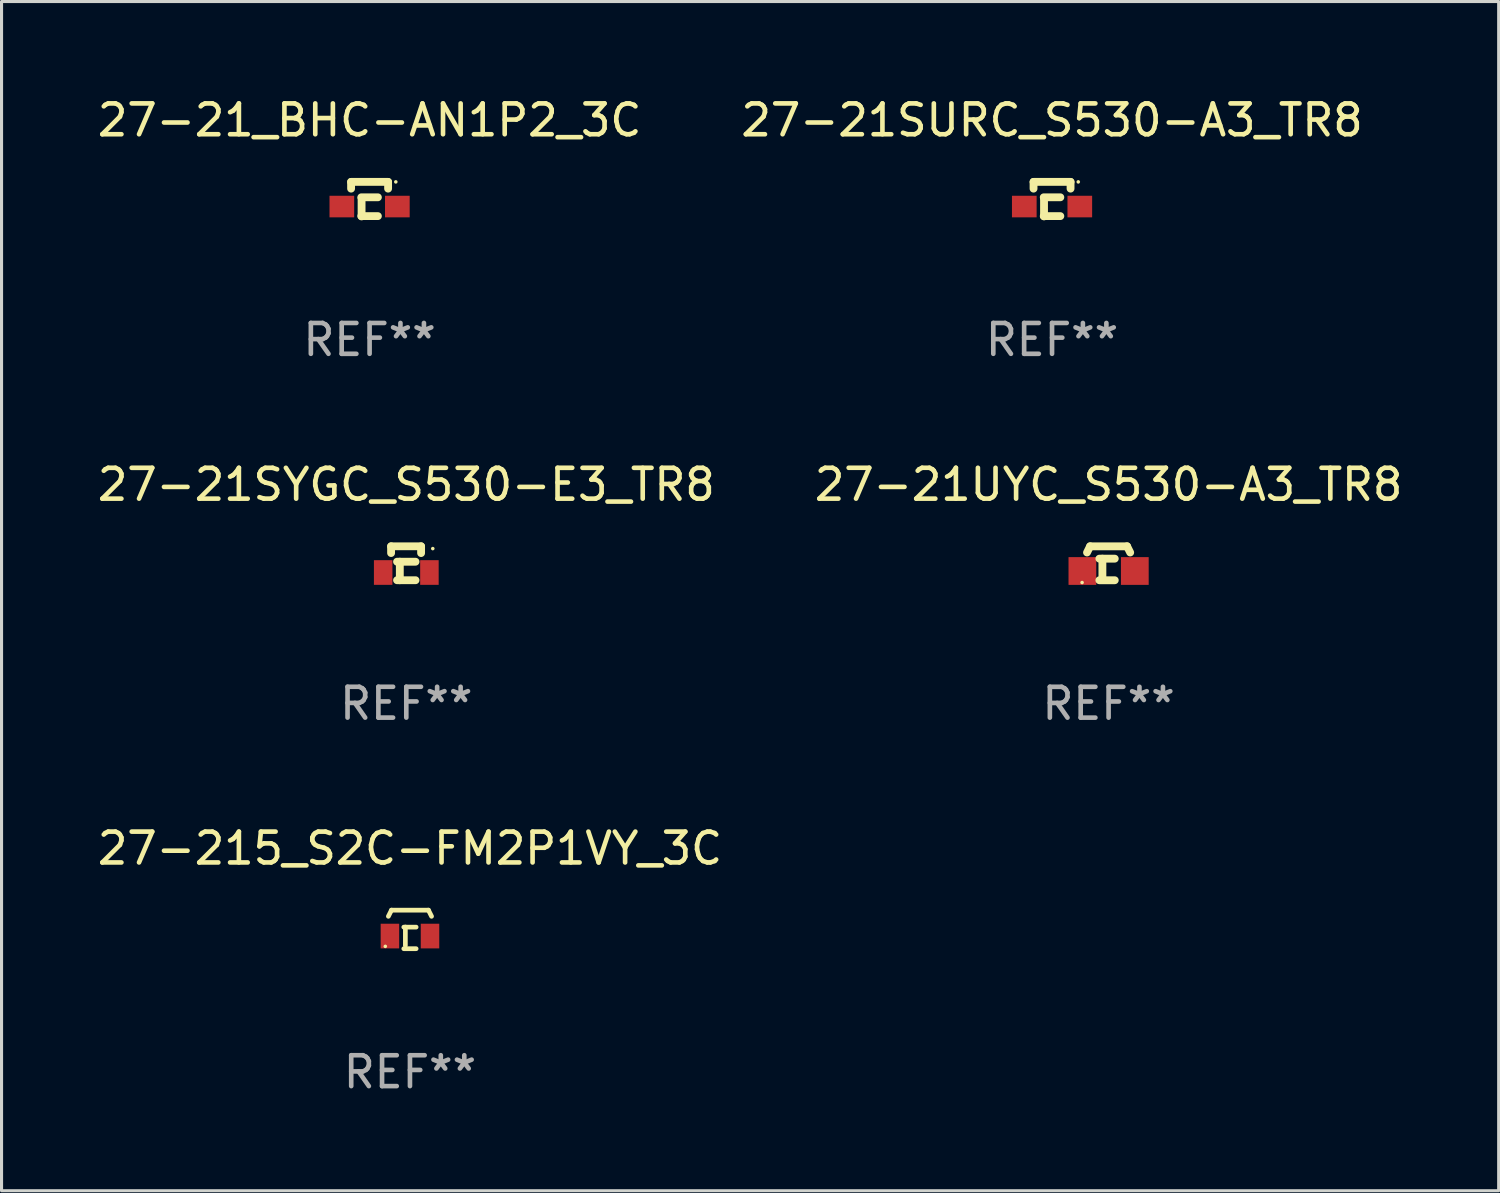
<source format=kicad_pcb>
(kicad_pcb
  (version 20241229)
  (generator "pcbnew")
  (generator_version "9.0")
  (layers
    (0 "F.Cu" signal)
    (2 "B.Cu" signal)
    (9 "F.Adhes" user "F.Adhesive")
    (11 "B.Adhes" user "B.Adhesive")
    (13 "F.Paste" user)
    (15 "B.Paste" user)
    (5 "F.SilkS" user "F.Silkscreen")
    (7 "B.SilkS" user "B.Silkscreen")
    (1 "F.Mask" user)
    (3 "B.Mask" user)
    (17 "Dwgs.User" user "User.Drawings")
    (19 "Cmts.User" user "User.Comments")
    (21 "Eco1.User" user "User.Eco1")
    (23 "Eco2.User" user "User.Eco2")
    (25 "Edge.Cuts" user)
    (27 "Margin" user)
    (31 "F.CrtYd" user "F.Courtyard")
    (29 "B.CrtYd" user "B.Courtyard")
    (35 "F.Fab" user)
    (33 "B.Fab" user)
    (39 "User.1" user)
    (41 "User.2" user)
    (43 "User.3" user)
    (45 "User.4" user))
  (footprint "27-215_S2C-FM2P1VY_3C"
    (layer "F.Cu")
    (at 10.244 27.088)
    (property "Reference" "27-215_S2C-FM2P1VY_3C" (at 0 -2.626 0) (layer "F.SilkS") (effects (font (size 1 1) (thickness 0.15))))
    (attr through_hole)
    (fp_line (start -0.6 -0.624) (end 0.6 -0.624) (stroke (width 0.152) (type solid)) (layer "F.SilkS"))
    (fp_line (start -0.599 -0.626) (end -0.7 -0.424) (stroke (width 0.152) (type solid)) (layer "F.SilkS"))
    (fp_line (start -0.2 -0.074) (end 0.2 -0.074) (stroke (width 0.152) (type solid)) (layer "F.SilkS"))
    (fp_line (start -0.2 0.626) (end 0.2 0.626) (stroke (width 0.152) (type solid)) (layer "F.SilkS"))
    (fp_line (start -0.149 0.522) (end -0.149 -0.077) (stroke (width 0.152) (type solid)) (layer "F.SilkS"))
    (fp_line (start 0.599 -0.626) (end 0.7 -0.424) (stroke (width 0.152) (type solid)) (layer "F.SilkS"))
    (fp_circle (center -0.8 0.55) (end -0.77 0.55) (stroke (width 0.06) (type solid)) (fill no) (layer "F.SilkS"))
    (fp_text user "REF**" (at 0 4.626 0) (layer "F.Fab") (effects (font (size 1 1) (thickness 0.15))))
    (pad "1" smd rect (at -0.65 0.216) (size 0.6 0.8) (layers "F.Cu" "F.Mask" "F.Paste"))
    (pad "2" smd rect (at 0.65 0.216) (size 0.6 0.8) (layers "F.Cu" "F.Mask" "F.Paste")))
  (footprint "27-21SYGC_S530-E3_TR8"
    (layer "F.Cu")
    (at 10.125 15.215)
    (property "Reference" "27-21SYGC_S530-E3_TR8" (at 0 -2.55 0) (layer "F.SilkS") (effects (font (size 1 1) (thickness 0.15))))
    (attr through_hole)
    (fp_line (start -0.493 -0.55) (end -0.493 -0.331) (stroke (width 0.254) (type solid)) (layer "F.SilkS"))
    (fp_line (start -0.3 0.55) (end 0.3 0.55) (stroke (width 0.254) (type solid)) (layer "F.SilkS"))
    (fp_line (start -0.21 -0.05) (end -0.21 0.55) (stroke (width 0.254) (type solid)) (layer "F.SilkS"))
    (fp_line (start 0.3 -0.05) (end -0.3 -0.05) (stroke (width 0.254) (type solid)) (layer "F.SilkS"))
    (fp_line (start 0.48 -0.55) (end -0.493 -0.55) (stroke (width 0.254) (type solid)) (layer "F.SilkS"))
    (fp_line (start 0.48 -0.55) (end 0.48 -0.33) (stroke (width 0.254) (type solid)) (layer "F.SilkS"))
    (fp_circle (center 0.859 -0.475) (end 0.889 -0.475) (stroke (width 0.06) (type solid)) (fill no) (layer "F.SilkS"))
    (fp_text user "REF**" (at 0 4.55 0) (layer "F.Fab") (effects (font (size 1 1) (thickness 0.15))))
    (pad "1" smd rect (at 0.75 0.3) (size 0.6 0.8) (layers "F.Cu" "F.Mask" "F.Paste"))
    (pad "2" smd rect (at -0.75 0.3) (size 0.6 0.8) (layers "F.Cu" "F.Mask" "F.Paste")))
  (footprint "27-21SURC_S530-A3_TR8"
    (layer "F.Cu")
    (at 31.065 3.408)
    (property "Reference" "27-21SURC_S530-A3_TR8" (at 0 -2.56 0) (layer "F.SilkS") (effects (font (size 1 1) (thickness 0.15))))
    (attr through_hole)
    (fp_line (start -0.6 -0.56) (end -0.6 -0.341) (stroke (width 0.254) (type solid)) (layer "F.SilkS"))
    (fp_line (start -0.6 -0.56) (end 0.6 -0.56) (stroke (width 0.254) (type solid)) (layer "F.SilkS"))
    (fp_line (start -0.269 0.55) (end 0.269 0.55) (stroke (width 0.254) (type solid)) (layer "F.SilkS"))
    (fp_line (start -0.26 0.56) (end -0.26 -0.039) (stroke (width 0.254) (type solid)) (layer "F.SilkS"))
    (fp_line (start 0.269 -0.06) (end -0.269 -0.06) (stroke (width 0.254) (type solid)) (layer "F.SilkS"))
    (fp_line (start 0.6 -0.56) (end 0.6 -0.341) (stroke (width 0.254) (type solid)) (layer "F.SilkS"))
    (fp_circle (center 0.85 -0.56) (end 0.88 -0.56) (stroke (width 0.06) (type solid)) (fill no) (layer "F.SilkS"))
    (fp_text user "REF**" (at 0 4.56 0) (layer "F.Fab") (effects (font (size 1 1) (thickness 0.15))))
    (pad "1" smd rect (at 0.9 0.24) (size 0.8 0.7) (layers "F.Cu" "F.Mask" "F.Paste"))
    (pad "2" smd rect (at -0.9 0.24) (size 0.8 0.7) (layers "F.Cu" "F.Mask" "F.Paste")))
  (footprint "27-21UYC_S530-A3_TR8"
    (layer "F.Cu")
    (at 32.899 15.215)
    (property "Reference" "27-21UYC_S530-A3_TR8" (at 0 -2.551 0) (layer "F.SilkS") (effects (font (size 1 1) (thickness 0.15))))
    (attr through_hole)
    (fp_line (start -0.6 -0.549) (end 0.6 -0.549) (stroke (width 0.254) (type solid)) (layer "F.SilkS"))
    (fp_line (start -0.6 -0.551) (end -0.7 -0.349) (stroke (width 0.254) (type solid)) (layer "F.SilkS"))
    (fp_line (start -0.3 -0.149) (end 0.2 -0.149) (stroke (width 0.254) (type solid)) (layer "F.SilkS"))
    (fp_line (start -0.3 0.551) (end 0.2 0.551) (stroke (width 0.254) (type solid)) (layer "F.SilkS"))
    (fp_line (start -0.201 0.451) (end -0.201 -0.148) (stroke (width 0.254) (type solid)) (layer "F.SilkS"))
    (fp_line (start 0.599 -0.551) (end 0.7 -0.349) (stroke (width 0.254) (type solid)) (layer "F.SilkS"))
    (fp_circle (center -0.86 0.625) (end -0.83 0.625) (stroke (width 0.06) (type solid)) (fill no) (layer "F.SilkS"))
    (fp_text user "REF**" (at 0 4.551 0) (layer "F.Fab") (effects (font (size 1 1) (thickness 0.15))))
    (pad "1" smd rect (at -0.85 0.251) (size 0.9 0.9) (layers "F.Cu" "F.Mask" "F.Paste"))
    (pad "2" smd rect (at 0.85 0.251) (size 0.9 0.9) (layers "F.Cu" "F.Mask" "F.Paste")))
  (footprint "27-21_BHC-AN1P2_3C"
    (layer "F.Cu")
    (at 8.935 3.408)
    (property "Reference" "27-21_BHC-AN1P2_3C" (at 0 -2.56 0) (layer "F.SilkS") (effects (font (size 1 1) (thickness 0.15))))
    (attr through_hole)
    (fp_line (start -0.6 -0.56) (end -0.6 -0.341) (stroke (width 0.254) (type solid)) (layer "F.SilkS"))
    (fp_line (start -0.6 -0.56) (end 0.6 -0.56) (stroke (width 0.254) (type solid)) (layer "F.SilkS"))
    (fp_line (start -0.269 0.55) (end 0.269 0.55) (stroke (width 0.254) (type solid)) (layer "F.SilkS"))
    (fp_line (start -0.26 0.56) (end -0.26 -0.039) (stroke (width 0.254) (type solid)) (layer "F.SilkS"))
    (fp_line (start 0.269 -0.06) (end -0.269 -0.06) (stroke (width 0.254) (type solid)) (layer "F.SilkS"))
    (fp_line (start 0.6 -0.56) (end 0.6 -0.341) (stroke (width 0.254) (type solid)) (layer "F.SilkS"))
    (fp_circle (center 0.85 -0.56) (end 0.88 -0.56) (stroke (width 0.06) (type solid)) (fill no) (layer "F.SilkS"))
    (fp_text user "REF**" (at 0 4.56 0) (layer "F.Fab") (effects (font (size 1 1) (thickness 0.15))))
    (pad "1" smd rect (at 0.9 0.24) (size 0.8 0.7) (layers "F.Cu" "F.Mask" "F.Paste"))
    (pad "2" smd rect (at -0.9 0.24) (size 0.8 0.7) (layers "F.Cu" "F.Mask" "F.Paste")))
  (gr_rect
    (start -3 -3)
    (end 45.548 35.562)
    (stroke (width 0.1) (type default))
    (fill no)
    (layer "Edge.Cuts")))
</source>
